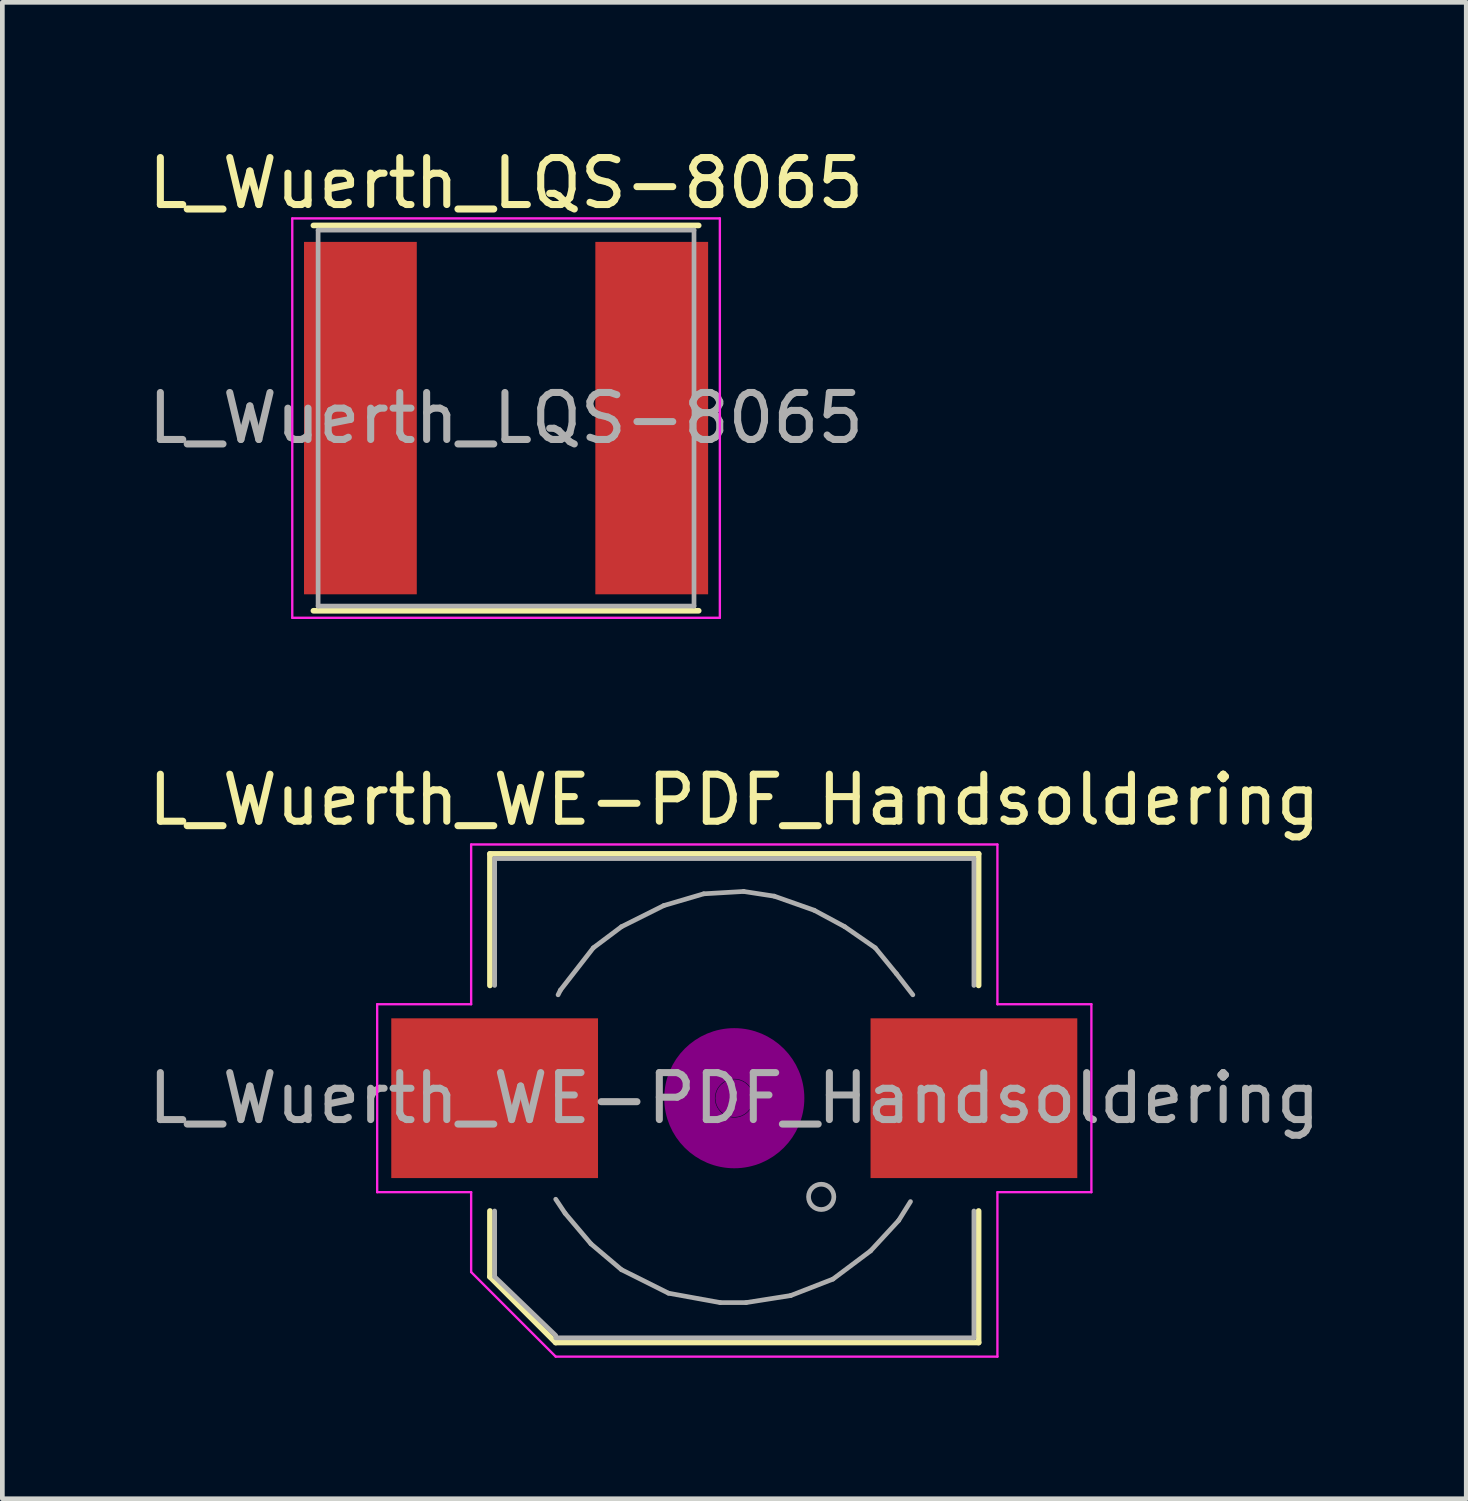
<source format=kicad_pcb>
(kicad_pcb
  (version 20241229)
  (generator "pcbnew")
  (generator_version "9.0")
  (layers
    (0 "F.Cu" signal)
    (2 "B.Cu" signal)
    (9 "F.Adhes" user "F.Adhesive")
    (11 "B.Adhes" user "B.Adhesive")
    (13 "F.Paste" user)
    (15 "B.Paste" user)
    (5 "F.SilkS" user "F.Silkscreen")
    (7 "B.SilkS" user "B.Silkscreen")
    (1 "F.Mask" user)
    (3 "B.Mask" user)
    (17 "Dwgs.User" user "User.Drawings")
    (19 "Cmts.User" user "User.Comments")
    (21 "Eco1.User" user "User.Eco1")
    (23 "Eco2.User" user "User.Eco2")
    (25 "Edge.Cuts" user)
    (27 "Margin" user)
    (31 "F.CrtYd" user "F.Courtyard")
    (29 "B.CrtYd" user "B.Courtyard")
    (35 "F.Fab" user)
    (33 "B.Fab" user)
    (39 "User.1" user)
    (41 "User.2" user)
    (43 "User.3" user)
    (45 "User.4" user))
  (footprint "L_Wuerth_WE-PDF_Handsoldering"
    (layer "F.Cu")
    (at 12.577 20.322)
    (property "Reference" "L_Wuerth_WE-PDF_Handsoldering" (at 0 -6.35 0) (layer "F.SilkS") (effects (font (size 1 1) (thickness 0.15))))
    (attr smd)
    (fp_line (start -5.2 -5.2) (end 5.2 -5.2) (stroke (width 0.12) (type solid)) (layer "F.SilkS"))
    (fp_line (start -5.2 -2.4) (end -5.2 -5.2) (stroke (width 0.12) (type solid)) (layer "F.SilkS"))
    (fp_line (start -5.2 3.8) (end -5.2 2.4) (stroke (width 0.12) (type solid)) (layer "F.SilkS"))
    (fp_line (start -3.8 5.2) (end -5.2 3.8) (stroke (width 0.12) (type solid)) (layer "F.SilkS"))
    (fp_line (start 5.2 -5.2) (end 5.2 -2.4) (stroke (width 0.12) (type solid)) (layer "F.SilkS"))
    (fp_line (start 5.2 2.4) (end 5.2 5.2) (stroke (width 0.12) (type solid)) (layer "F.SilkS"))
    (fp_line (start 5.2 5.2) (end -3.8 5.2) (stroke (width 0.12) (type solid)) (layer "F.SilkS"))
    (fp_circle (center 0 0) (end 0.15 0.15) (stroke (width 0.38) (type solid)) (fill no) (layer "F.Adhes"))
    (fp_circle (center 0 0) (end 0.6 0.05) (stroke (width 0.38) (type solid)) (fill no) (layer "F.Adhes"))
    (fp_circle (center 0 0) (end 0.95 0) (stroke (width 0.38) (type solid)) (fill no) (layer "F.Adhes"))
    (fp_circle (center 0 0) (end 1.3 0.05) (stroke (width 0.38) (type solid)) (fill no) (layer "F.Adhes"))
    (fp_line (start -7.6 -2) (end -5.6 -2) (stroke (width 0.05) (type solid)) (layer "F.CrtYd"))
    (fp_line (start -7.6 2) (end -7.6 -2) (stroke (width 0.05) (type solid)) (layer "F.CrtYd"))
    (fp_line (start -5.6 -5.4) (end 5.6 -5.4) (stroke (width 0.05) (type solid)) (layer "F.CrtYd"))
    (fp_line (start -5.6 -2) (end -5.6 -5.4) (stroke (width 0.05) (type solid)) (layer "F.CrtYd"))
    (fp_line (start -5.6 2) (end -7.6 2) (stroke (width 0.05) (type solid)) (layer "F.CrtYd"))
    (fp_line (start -5.6 3.7) (end -5.6 2) (stroke (width 0.05) (type solid)) (layer "F.CrtYd"))
    (fp_line (start -3.8 5.5) (end -5.6 3.7) (stroke (width 0.05) (type solid)) (layer "F.CrtYd"))
    (fp_line (start 5.6 -5.4) (end 5.6 -2) (stroke (width 0.05) (type solid)) (layer "F.CrtYd"))
    (fp_line (start 5.6 -2) (end 7.6 -2) (stroke (width 0.05) (type solid)) (layer "F.CrtYd"))
    (fp_line (start 5.6 2) (end 5.6 5.5) (stroke (width 0.05) (type solid)) (layer "F.CrtYd"))
    (fp_line (start 5.6 5.5) (end -3.8 5.5) (stroke (width 0.05) (type solid)) (layer "F.CrtYd"))
    (fp_line (start 7.6 -2) (end 7.6 2) (stroke (width 0.05) (type solid)) (layer "F.CrtYd"))
    (fp_line (start 7.6 2) (end 5.6 2) (stroke (width 0.05) (type solid)) (layer "F.CrtYd"))
    (fp_line (start -5.1 -5.1) (end -5.1 -2.4) (stroke (width 0.1) (type solid)) (layer "F.Fab"))
    (fp_line (start -5.1 2.4) (end -5.1 3.8) (stroke (width 0.1) (type solid)) (layer "F.Fab"))
    (fp_line (start -5.1 3.8) (end -3.8 5.05) (stroke (width 0.1) (type solid)) (layer "F.Fab"))
    (fp_line (start -3.8 2.15) (end -3.6 2.45) (stroke (width 0.1) (type solid)) (layer "F.Fab"))
    (fp_line (start -3.7 -2.3) (end -3.75 -2.2) (stroke (width 0.1) (type solid)) (layer "F.Fab"))
    (fp_line (start -3.6 2.45) (end -3.05 3.1) (stroke (width 0.1) (type solid)) (layer "F.Fab"))
    (fp_line (start -3.05 3.1) (end -2.4 3.65) (stroke (width 0.1) (type solid)) (layer "F.Fab"))
    (fp_line (start -3 -3.2) (end -3.7 -2.3) (stroke (width 0.1) (type solid)) (layer "F.Fab"))
    (fp_line (start -2.4 -3.65) (end -3 -3.2) (stroke (width 0.1) (type solid)) (layer "F.Fab"))
    (fp_line (start -2.4 3.65) (end -1.4 4.15) (stroke (width 0.1) (type solid)) (layer "F.Fab"))
    (fp_line (start -1.5 -4.1) (end -2.4 -3.65) (stroke (width 0.1) (type solid)) (layer "F.Fab"))
    (fp_line (start -1.4 4.15) (end -0.3 4.35) (stroke (width 0.1) (type solid)) (layer "F.Fab"))
    (fp_line (start -0.65 -4.35) (end -1.5 -4.1) (stroke (width 0.1) (type solid)) (layer "F.Fab"))
    (fp_line (start -0.3 4.35) (end 0.25 4.35) (stroke (width 0.1) (type solid)) (layer "F.Fab"))
    (fp_line (start 0.2 -4.4) (end -0.65 -4.35) (stroke (width 0.1) (type solid)) (layer "F.Fab"))
    (fp_line (start 0.25 4.35) (end 1.2 4.2) (stroke (width 0.1) (type solid)) (layer "F.Fab"))
    (fp_line (start 0.85 -4.3) (end 0.2 -4.4) (stroke (width 0.1) (type solid)) (layer "F.Fab"))
    (fp_line (start 1.2 4.2) (end 2.1 3.85) (stroke (width 0.1) (type solid)) (layer "F.Fab"))
    (fp_line (start 1.7 -4) (end 0.85 -4.3) (stroke (width 0.1) (type solid)) (layer "F.Fab"))
    (fp_line (start 2.1 3.85) (end 2.9 3.25) (stroke (width 0.1) (type solid)) (layer "F.Fab"))
    (fp_line (start 2.35 -3.65) (end 1.7 -4) (stroke (width 0.1) (type solid)) (layer "F.Fab"))
    (fp_line (start 2.9 3.25) (end 3.5 2.6) (stroke (width 0.1) (type solid)) (layer "F.Fab"))
    (fp_line (start 3 -3.2) (end 2.35 -3.65) (stroke (width 0.1) (type solid)) (layer "F.Fab"))
    (fp_line (start 3.45 -2.65) (end 3 -3.2) (stroke (width 0.1) (type solid)) (layer "F.Fab"))
    (fp_line (start 3.5 2.6) (end 3.75 2.2) (stroke (width 0.1) (type solid)) (layer "F.Fab"))
    (fp_line (start 3.8 -2.2) (end 3.45 -2.65) (stroke (width 0.1) (type solid)) (layer "F.Fab"))
    (fp_line (start 5.1 -5.1) (end -5.1 -5.1) (stroke (width 0.1) (type solid)) (layer "F.Fab"))
    (fp_line (start 5.1 -5.1) (end 5.1 -2.4) (stroke (width 0.1) (type solid)) (layer "F.Fab"))
    (fp_line (start 5.1 5.1) (end -3.8 5.1) (stroke (width 0.1) (type solid)) (layer "F.Fab"))
    (fp_line (start 5.1 5.1) (end 5.1 2.4) (stroke (width 0.1) (type solid)) (layer "F.Fab"))
    (fp_circle (center 1.85 2.1) (end 2.1 2.2) (stroke (width 0.1) (type solid)) (fill no) (layer "F.Fab"))
    (fp_text user "${REFERENCE}" (at 0 0 0) (layer "F.Fab") (effects (font (size 1 1) (thickness 0.15))))
    (pad "1" smd rect (at -5.1 0) (size 4.4 3.4) (layers "F.Cu" "F.Mask" "F.Paste"))
    (pad "2" smd rect (at 5.1 0) (size 4.4 3.4) (layers "F.Cu" "F.Mask" "F.Paste")))
  (footprint "L_Wuerth_LQS-8065"
    (layer "F.Cu")
    (at 7.72 5.848)
    (property "Reference" "L_Wuerth_LQS-8065" (at 0 -5 0) (layer "F.SilkS") (effects (font (size 1 1) (thickness 0.15))))
    (attr smd)
    (fp_line (start -4.1 -4.1) (end 4.1 -4.1) (stroke (width 0.12) (type solid)) (layer "F.SilkS"))
    (fp_line (start -4.1 4.1) (end 4.1 4.1) (stroke (width 0.12) (type solid)) (layer "F.SilkS"))
    (fp_line (start -4.55 -4.25) (end -4.55 4.25) (stroke (width 0.05) (type solid)) (layer "F.CrtYd"))
    (fp_line (start -4.55 4.25) (end 4.55 4.25) (stroke (width 0.05) (type solid)) (layer "F.CrtYd"))
    (fp_line (start 4.55 -4.25) (end -4.55 -4.25) (stroke (width 0.05) (type solid)) (layer "F.CrtYd"))
    (fp_line (start 4.55 4.25) (end 4.55 -4.25) (stroke (width 0.05) (type solid)) (layer "F.CrtYd"))
    (fp_line (start -4 -4) (end -4 4) (stroke (width 0.1) (type solid)) (layer "F.Fab"))
    (fp_line (start -4 4) (end 4 4) (stroke (width 0.1) (type solid)) (layer "F.Fab"))
    (fp_line (start 4 -4) (end -4 -4) (stroke (width 0.1) (type solid)) (layer "F.Fab"))
    (fp_line (start 4 4) (end 4 -4) (stroke (width 0.1) (type solid)) (layer "F.Fab"))
    (fp_text user "${REFERENCE}" (at 0 0 0) (layer "F.Fab") (effects (font (size 1 1) (thickness 0.15))))
    (pad "1" smd rect (at -3.1 0) (size 2.4 7.5) (layers "F.Cu" "F.Mask" "F.Paste"))
    (pad "2" smd rect (at 3.1 0) (size 2.4 7.5) (layers "F.Cu" "F.Mask" "F.Paste")))
  (gr_rect
    (start -3 -3)
    (end 28.155 28.846)
    (stroke (width 0.1) (type default))
    (fill no)
    (layer "Edge.Cuts")))
</source>
